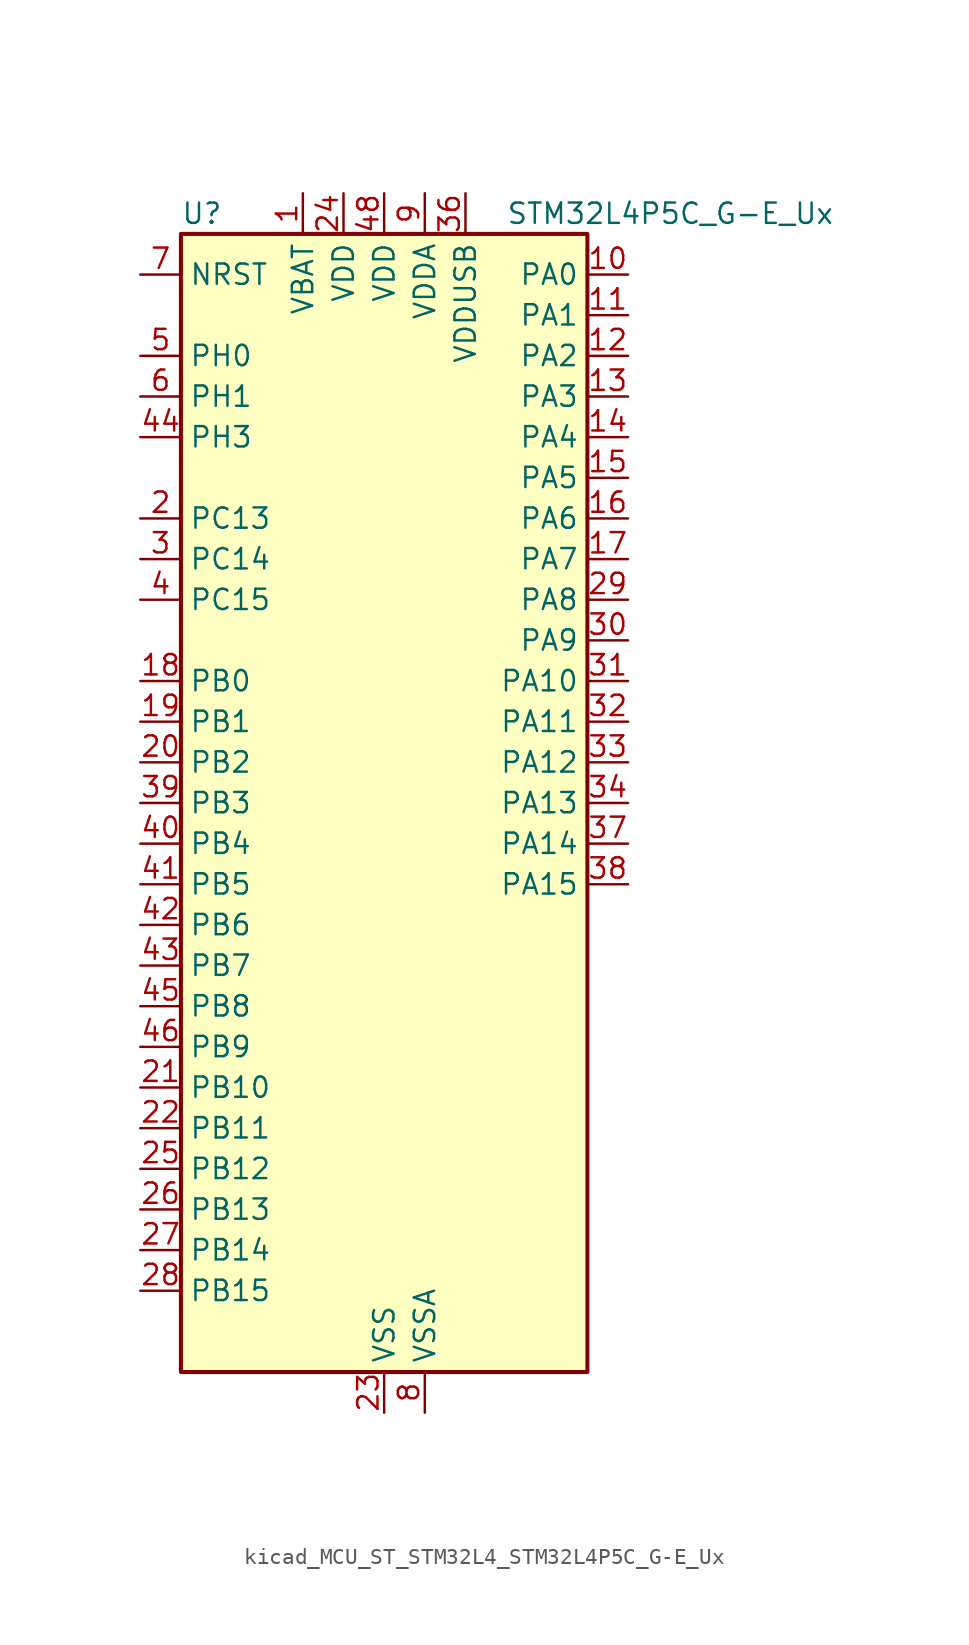
<source format=kicad_sym>
(kicad_symbol_lib
  (version 20220914)
  (generator kicad_symbol_editor)
  (symbol "kicad_MCU_ST_STM32L4_STM32L4P5C_G-E_Ux"
    (property "Reference" "U"
      (at -12.7 36.83 0)
      (effects (font (size 1.27 1.27)) (justify left)))
    (property "Value" "STM32L4P5C_G-E_Ux"
      (at 7.62 36.83 0)
      (effects (font (size 1.27 1.27)) (justify left)))
    (property "ki_locked" ""
      (at 0 0 0)
      (effects (font (size 1.27 1.27))))
    (symbol "kicad_MCU_ST_STM32L4_STM32L4P5C_G-E_Ux_0_1"
      (rectangle (start -12.7 -35.56) (end 12.7 35.56) (stroke (width 0.254) (type default)) (fill (type background))))
    (symbol "kicad_MCU_ST_STM32L4_STM32L4P5C_G-E_Ux_1_1"
      (pin power_in line (at -5.08 38.1 270) (length 2.54) (name "VBAT" (effects (font (size 1.27 1.27)))) (number "1" (effects (font (size 1.27 1.27)))))
      (pin bidirectional line (at 15.24 33.02 180) (length 2.54) (name "PA0" (effects (font (size 1.27 1.27)))) (number "10" (effects (font (size 1.27 1.27)))) (alternate "ADC1_IN5" bidirectional line) (alternate "ADC2_IN5" bidirectional line) (alternate "OPAMP1_VINP" bidirectional line) (alternate "RTC_TAMP2" bidirectional line) (alternate "SAI1_EXTCLK" bidirectional line) (alternate "SYS_WKUP1" bidirectional line) (alternate "TIM2_CH1" bidirectional line) (alternate "TIM2_ETR" bidirectional line) (alternate "TIM5_CH1" bidirectional line) (alternate "TIM8_ETR" bidirectional line) (alternate "UART4_TX" bidirectional line) (alternate "USART2_CTS" bidirectional line) (alternate "USART2_NSS" bidirectional line))
      (pin bidirectional line (at 15.24 30.48 180) (length 2.54) (name "PA1" (effects (font (size 1.27 1.27)))) (number "11" (effects (font (size 1.27 1.27)))) (alternate "ADC1_IN6" bidirectional line) (alternate "ADC2_IN6" bidirectional line) (alternate "I2C1_SMBA" bidirectional line) (alternate "OCTOSPIM_P1_DQS" bidirectional line) (alternate "OPAMP1_VINM" bidirectional line) (alternate "SDMMC2_CMD" bidirectional line) (alternate "SPI1_SCK" bidirectional line) (alternate "TIM15_CH1N" bidirectional line) (alternate "TIM2_CH2" bidirectional line) (alternate "TIM5_CH2" bidirectional line) (alternate "UART4_RX" bidirectional line) (alternate "USART2_DE" bidirectional line) (alternate "USART2_RTS" bidirectional line))
      (pin bidirectional line (at 15.24 27.94 180) (length 2.54) (name "PA2" (effects (font (size 1.27 1.27)))) (number "12" (effects (font (size 1.27 1.27)))) (alternate "ADC1_IN7" bidirectional line) (alternate "ADC2_IN7" bidirectional line) (alternate "LPUART1_TX" bidirectional line) (alternate "OCTOSPIM_P1_NCS" bidirectional line) (alternate "RCC_LSCO" bidirectional line) (alternate "SAI2_EXTCLK" bidirectional line) (alternate "SYS_WKUP4" bidirectional line) (alternate "TIM15_CH1" bidirectional line) (alternate "TIM2_CH3" bidirectional line) (alternate "TIM5_CH3" bidirectional line) (alternate "USART2_TX" bidirectional line))
      (pin bidirectional line (at 15.24 25.4 180) (length 2.54) (name "PA3" (effects (font (size 1.27 1.27)))) (number "13" (effects (font (size 1.27 1.27)))) (alternate "ADC1_IN8" bidirectional line) (alternate "ADC2_IN8" bidirectional line) (alternate "LPUART1_RX" bidirectional line) (alternate "OCTOSPIM_P1_CLK" bidirectional line) (alternate "OPAMP1_VOUT" bidirectional line) (alternate "SAI1_CK1" bidirectional line) (alternate "SAI1_MCLK_A" bidirectional line) (alternate "TIM15_CH2" bidirectional line) (alternate "TIM2_CH4" bidirectional line) (alternate "TIM5_CH4" bidirectional line) (alternate "USART2_RX" bidirectional line))
      (pin bidirectional line (at 15.24 22.86 180) (length 2.54) (name "PA4" (effects (font (size 1.27 1.27)))) (number "14" (effects (font (size 1.27 1.27)))) (alternate "ADC1_IN9" bidirectional line) (alternate "ADC2_IN9" bidirectional line) (alternate "DAC1_OUT1" bidirectional line) (alternate "LPTIM2_OUT" bidirectional line) (alternate "LTDC_CLK" bidirectional line) (alternate "OCTOSPIM_P1_NCS" bidirectional line) (alternate "SAI1_FS_B" bidirectional line) (alternate "SPI1_NSS" bidirectional line) (alternate "SPI3_NSS" bidirectional line) (alternate "USART2_CK" bidirectional line))
      (pin bidirectional line (at 15.24 20.32 180) (length 2.54) (name "PA5" (effects (font (size 1.27 1.27)))) (number "15" (effects (font (size 1.27 1.27)))) (alternate "ADC1_IN10" bidirectional line) (alternate "ADC2_IN10" bidirectional line) (alternate "DAC1_OUT2" bidirectional line) (alternate "LPTIM2_ETR" bidirectional line) (alternate "LTDC_R7" bidirectional line) (alternate "SPI1_SCK" bidirectional line) (alternate "TIM2_CH1" bidirectional line) (alternate "TIM2_ETR" bidirectional line) (alternate "TIM8_CH1N" bidirectional line))
      (pin bidirectional line (at 15.24 17.78 180) (length 2.54) (name "PA6" (effects (font (size 1.27 1.27)))) (number "16" (effects (font (size 1.27 1.27)))) (alternate "ADC1_IN11" bidirectional line) (alternate "ADC2_IN11" bidirectional line) (alternate "LPUART1_CTS" bidirectional line) (alternate "OCTOSPIM_P1_IO3" bidirectional line) (alternate "OPAMP2_VINP" bidirectional line) (alternate "SPI1_MISO" bidirectional line) (alternate "TIM16_CH1" bidirectional line) (alternate "TIM1_BKIN" bidirectional line) (alternate "TIM3_CH1" bidirectional line) (alternate "TIM8_BKIN" bidirectional line) (alternate "USART3_CTS" bidirectional line) (alternate "USART3_NSS" bidirectional line))
      (pin bidirectional line (at 15.24 15.24 180) (length 2.54) (name "PA7" (effects (font (size 1.27 1.27)))) (number "17" (effects (font (size 1.27 1.27)))) (alternate "ADC1_IN12" bidirectional line) (alternate "ADC2_IN12" bidirectional line) (alternate "I2C3_SCL" bidirectional line) (alternate "OCTOSPIM_P1_IO2" bidirectional line) (alternate "OPAMP2_VINM" bidirectional line) (alternate "SPI1_MOSI" bidirectional line) (alternate "TIM17_CH1" bidirectional line) (alternate "TIM1_CH1N" bidirectional line) (alternate "TIM3_CH2" bidirectional line) (alternate "TIM8_CH1N" bidirectional line))
      (pin bidirectional line (at -15.24 7.62 0) (length 2.54) (name "PB0" (effects (font (size 1.27 1.27)))) (number "18" (effects (font (size 1.27 1.27)))) (alternate "ADC1_IN15" bidirectional line) (alternate "ADC2_IN15" bidirectional line) (alternate "COMP1_OUT" bidirectional line) (alternate "LTDC_B6" bidirectional line) (alternate "OCTOSPIM_P1_IO1" bidirectional line) (alternate "OPAMP2_VOUT" bidirectional line) (alternate "SAI1_EXTCLK" bidirectional line) (alternate "SPI1_NSS" bidirectional line) (alternate "TIM1_CH2N" bidirectional line) (alternate "TIM3_CH3" bidirectional line) (alternate "TIM8_CH2N" bidirectional line) (alternate "USART3_CK" bidirectional line))
      (pin bidirectional line (at -15.24 5.08 0) (length 2.54) (name "PB1" (effects (font (size 1.27 1.27)))) (number "19" (effects (font (size 1.27 1.27)))) (alternate "ADC1_IN16" bidirectional line) (alternate "ADC2_IN16" bidirectional line) (alternate "COMP1_INM" bidirectional line) (alternate "DFSDM1_DATIN0" bidirectional line) (alternate "LPTIM2_IN1" bidirectional line) (alternate "LPUART1_DE" bidirectional line) (alternate "LPUART1_RTS" bidirectional line) (alternate "LTDC_G6" bidirectional line) (alternate "OCTOSPIM_P1_IO0" bidirectional line) (alternate "TIM1_CH3N" bidirectional line) (alternate "TIM3_CH4" bidirectional line) (alternate "TIM8_CH3N" bidirectional line) (alternate "USART3_DE" bidirectional line) (alternate "USART3_RTS" bidirectional line))
      (pin bidirectional line (at -15.24 17.78 0) (length 2.54) (name "PC13" (effects (font (size 1.27 1.27)))) (number "2" (effects (font (size 1.27 1.27)))) (alternate "RTC_OUT1" bidirectional line) (alternate "RTC_TAMP1" bidirectional line) (alternate "RTC_TS" bidirectional line) (alternate "SYS_WKUP2" bidirectional line))
      (pin bidirectional line (at -15.24 2.54 0) (length 2.54) (name "PB2" (effects (font (size 1.27 1.27)))) (number "20" (effects (font (size 1.27 1.27)))) (alternate "COMP1_INP" bidirectional line) (alternate "DFSDM1_CKIN0" bidirectional line) (alternate "I2C3_SMBA" bidirectional line) (alternate "LPTIM1_OUT" bidirectional line) (alternate "OCTOSPIM_P1_DQS" bidirectional line) (alternate "RTC_OUT2" bidirectional line))
      (pin bidirectional line (at -15.24 -17.78 0) (length 2.54) (name "PB10" (effects (font (size 1.27 1.27)))) (number "21" (effects (font (size 1.27 1.27)))) (alternate "COMP1_OUT" bidirectional line) (alternate "I2C2_SCL" bidirectional line) (alternate "I2C4_SCL" bidirectional line) (alternate "LPUART1_RX" bidirectional line) (alternate "OCTOSPIM_P1_CLK" bidirectional line) (alternate "OCTOSPIM_P1_IO3" bidirectional line) (alternate "SAI1_SCK_A" bidirectional line) (alternate "SPI2_SCK" bidirectional line) (alternate "TIM2_CH3" bidirectional line) (alternate "TSC_SYNC" bidirectional line) (alternate "USART3_TX" bidirectional line))
      (pin bidirectional line (at -15.24 -20.32 0) (length 2.54) (name "PB11" (effects (font (size 1.27 1.27)))) (number "22" (effects (font (size 1.27 1.27)))) (alternate "ADC1_EXTI11" bidirectional line) (alternate "ADC2_EXTI11" bidirectional line) (alternate "COMP2_OUT" bidirectional line) (alternate "I2C2_SDA" bidirectional line) (alternate "I2C4_SDA" bidirectional line) (alternate "LPUART1_TX" bidirectional line) (alternate "LTDC_VSYNC" bidirectional line) (alternate "OCTOSPIM_P1_NCS" bidirectional line) (alternate "TIM2_CH4" bidirectional line) (alternate "USART3_RX" bidirectional line))
      (pin power_in line (at 0 -38.1 90) (length 2.54) (name "VSS" (effects (font (size 1.27 1.27)))) (number "23" (effects (font (size 1.27 1.27)))))
      (pin power_in line (at -2.54 38.1 270) (length 2.54) (name "VDD" (effects (font (size 1.27 1.27)))) (number "24" (effects (font (size 1.27 1.27)))))
      (pin bidirectional line (at -15.24 -22.86 0) (length 2.54) (name "PB12" (effects (font (size 1.27 1.27)))) (number "25" (effects (font (size 1.27 1.27)))) (alternate "DFSDM1_DATIN1" bidirectional line) (alternate "I2C2_SMBA" bidirectional line) (alternate "LPUART1_DE" bidirectional line) (alternate "LPUART1_RTS" bidirectional line) (alternate "OCTOSPIM_P1_NCLK" bidirectional line) (alternate "SAI2_FS_A" bidirectional line) (alternate "SDMMC2_CK" bidirectional line) (alternate "SPI2_NSS" bidirectional line) (alternate "TIM15_BKIN" bidirectional line) (alternate "TIM1_BKIN" bidirectional line) (alternate "TSC_G1_IO1" bidirectional line) (alternate "USART3_CK" bidirectional line))
      (pin bidirectional line (at -15.24 -25.4 0) (length 2.54) (name "PB13" (effects (font (size 1.27 1.27)))) (number "26" (effects (font (size 1.27 1.27)))) (alternate "DFSDM1_CKIN1" bidirectional line) (alternate "I2C2_SCL" bidirectional line) (alternate "LPUART1_CTS" bidirectional line) (alternate "OCTOSPIM_P1_IO1" bidirectional line) (alternate "SAI2_SCK_A" bidirectional line) (alternate "SPI2_SCK" bidirectional line) (alternate "TIM15_CH1N" bidirectional line) (alternate "TIM1_CH1N" bidirectional line) (alternate "TSC_G1_IO2" bidirectional line) (alternate "USART3_CTS" bidirectional line) (alternate "USART3_NSS" bidirectional line))
      (pin bidirectional line (at -15.24 -27.94 0) (length 2.54) (name "PB14" (effects (font (size 1.27 1.27)))) (number "27" (effects (font (size 1.27 1.27)))) (alternate "DFSDM1_DATIN2" bidirectional line) (alternate "I2C2_SDA" bidirectional line) (alternate "OCTOSPIM_P1_IO6" bidirectional line) (alternate "SAI2_MCLK_A" bidirectional line) (alternate "SDMMC2_D0" bidirectional line) (alternate "SPI2_MISO" bidirectional line) (alternate "TIM15_CH1" bidirectional line) (alternate "TIM1_CH2N" bidirectional line) (alternate "TIM8_CH2N" bidirectional line) (alternate "TSC_G1_IO3" bidirectional line) (alternate "USART3_DE" bidirectional line) (alternate "USART3_RTS" bidirectional line))
      (pin bidirectional line (at -15.24 -30.48 0) (length 2.54) (name "PB15" (effects (font (size 1.27 1.27)))) (number "28" (effects (font (size 1.27 1.27)))) (alternate "ADC1_EXTI15" bidirectional line) (alternate "ADC2_EXTI15" bidirectional line) (alternate "DFSDM1_CKIN2" bidirectional line) (alternate "OCTOSPIM_P1_IO7" bidirectional line) (alternate "RTC_REFIN" bidirectional line) (alternate "SAI2_SD_A" bidirectional line) (alternate "SDMMC2_D1" bidirectional line) (alternate "SPI2_MOSI" bidirectional line) (alternate "TIM15_CH2" bidirectional line) (alternate "TIM1_CH3N" bidirectional line) (alternate "TIM8_CH3N" bidirectional line) (alternate "TSC_G1_IO4" bidirectional line))
      (pin bidirectional line (at 15.24 12.7 180) (length 2.54) (name "PA8" (effects (font (size 1.27 1.27)))) (number "29" (effects (font (size 1.27 1.27)))) (alternate "LPTIM2_OUT" bidirectional line) (alternate "LTDC_B7" bidirectional line) (alternate "RCC_MCO" bidirectional line) (alternate "SAI1_CK2" bidirectional line) (alternate "SAI1_SCK_A" bidirectional line) (alternate "TIM1_CH1" bidirectional line) (alternate "USART1_CK" bidirectional line) (alternate "USB_OTG_FS_SOF" bidirectional line))
      (pin bidirectional line (at -15.24 15.24 0) (length 2.54) (name "PC14" (effects (font (size 1.27 1.27)))) (number "3" (effects (font (size 1.27 1.27)))) (alternate "RCC_OSC32_IN" bidirectional line))
      (pin bidirectional line (at 15.24 10.16 180) (length 2.54) (name "PA9" (effects (font (size 1.27 1.27)))) (number "30" (effects (font (size 1.27 1.27)))) (alternate "DAC1_EXTI9" bidirectional line) (alternate "LTDC_G7" bidirectional line) (alternate "SAI1_FS_A" bidirectional line) (alternate "SPI2_SCK" bidirectional line) (alternate "TIM15_BKIN" bidirectional line) (alternate "TIM1_CH2" bidirectional line) (alternate "USART1_TX" bidirectional line) (alternate "USB_OTG_FS_VBUS" bidirectional line))
      (pin bidirectional line (at 15.24 7.62 180) (length 2.54) (name "PA10" (effects (font (size 1.27 1.27)))) (number "31" (effects (font (size 1.27 1.27)))) (alternate "LTDC_G6" bidirectional line) (alternate "SAI1_D1" bidirectional line) (alternate "SAI1_SD_A" bidirectional line) (alternate "TIM17_BKIN" bidirectional line) (alternate "TIM1_CH3" bidirectional line) (alternate "USART1_RX" bidirectional line) (alternate "USB_OTG_FS_ID" bidirectional line))
      (pin bidirectional line (at 15.24 5.08 180) (length 2.54) (name "PA11" (effects (font (size 1.27 1.27)))) (number "32" (effects (font (size 1.27 1.27)))) (alternate "ADC1_EXTI11" bidirectional line) (alternate "ADC2_EXTI11" bidirectional line) (alternate "CAN1_RX" bidirectional line) (alternate "LTDC_DE" bidirectional line) (alternate "SPI1_MISO" bidirectional line) (alternate "TIM1_BKIN2" bidirectional line) (alternate "TIM1_CH4" bidirectional line) (alternate "USART1_CTS" bidirectional line) (alternate "USART1_NSS" bidirectional line) (alternate "USB_OTG_FS_DM" bidirectional line))
      (pin bidirectional line (at 15.24 2.54 180) (length 2.54) (name "PA12" (effects (font (size 1.27 1.27)))) (number "33" (effects (font (size 1.27 1.27)))) (alternate "CAN1_TX" bidirectional line) (alternate "LTDC_VSYNC" bidirectional line) (alternate "OCTOSPIM_P2_NCS" bidirectional line) (alternate "SPI1_MOSI" bidirectional line) (alternate "TIM1_ETR" bidirectional line) (alternate "USART1_DE" bidirectional line) (alternate "USART1_RTS" bidirectional line) (alternate "USB_OTG_FS_DP" bidirectional line))
      (pin bidirectional line (at 15.24 0 180) (length 2.54) (name "PA13" (effects (font (size 1.27 1.27)))) (number "34" (effects (font (size 1.27 1.27)))) (alternate "IR_OUT" bidirectional line) (alternate "SAI1_SD_B" bidirectional line) (alternate "SYS_JTMS-SWDIO" bidirectional line) (alternate "USB_OTG_FS_NOE" bidirectional line))
      (pin passive line (at 0 -38.1 90) (length 2.54) hide (name "VSS" (effects (font (size 1.27 1.27)))) (number "35" (effects (font (size 1.27 1.27)))))
      (pin power_in line (at 5.08 38.1 270) (length 2.54) (name "VDDUSB" (effects (font (size 1.27 1.27)))) (number "36" (effects (font (size 1.27 1.27)))))
      (pin bidirectional line (at 15.24 -2.54 180) (length 2.54) (name "PA14" (effects (font (size 1.27 1.27)))) (number "37" (effects (font (size 1.27 1.27)))) (alternate "I2C1_SMBA" bidirectional line) (alternate "I2C4_SMBA" bidirectional line) (alternate "LPTIM1_OUT" bidirectional line) (alternate "SAI1_FS_B" bidirectional line) (alternate "SYS_JTCK-SWCLK" bidirectional line) (alternate "USB_OTG_FS_SOF" bidirectional line))
      (pin bidirectional line (at 15.24 -5.08 180) (length 2.54) (name "PA15" (effects (font (size 1.27 1.27)))) (number "38" (effects (font (size 1.27 1.27)))) (alternate "ADC1_EXTI15" bidirectional line) (alternate "ADC2_EXTI15" bidirectional line) (alternate "LTDC_HSYNC" bidirectional line) (alternate "SAI2_FS_B" bidirectional line) (alternate "SPI1_NSS" bidirectional line) (alternate "SPI3_NSS" bidirectional line) (alternate "SYS_JTDI" bidirectional line) (alternate "TIM2_CH1" bidirectional line) (alternate "TIM2_ETR" bidirectional line) (alternate "TSC_G3_IO1" bidirectional line) (alternate "UART4_DE" bidirectional line) (alternate "UART4_RTS" bidirectional line) (alternate "USART2_RX" bidirectional line) (alternate "USART3_DE" bidirectional line) (alternate "USART3_RTS" bidirectional line))
      (pin bidirectional line (at -15.24 0 0) (length 2.54) (name "PB3" (effects (font (size 1.27 1.27)))) (number "39" (effects (font (size 1.27 1.27)))) (alternate "COMP2_INM" bidirectional line) (alternate "CRS_SYNC" bidirectional line) (alternate "OCTOSPIM_P1_IO4" bidirectional line) (alternate "SAI1_SCK_B" bidirectional line) (alternate "SDMMC2_D2" bidirectional line) (alternate "SPI1_SCK" bidirectional line) (alternate "SPI3_SCK" bidirectional line) (alternate "SYS_JTDO-SWO" bidirectional line) (alternate "TIM2_CH2" bidirectional line) (alternate "USART1_DE" bidirectional line) (alternate "USART1_RTS" bidirectional line))
      (pin bidirectional line (at -15.24 12.7 0) (length 2.54) (name "PC15" (effects (font (size 1.27 1.27)))) (number "4" (effects (font (size 1.27 1.27)))) (alternate "ADC1_EXTI15" bidirectional line) (alternate "ADC2_EXTI15" bidirectional line) (alternate "RCC_OSC32_OUT" bidirectional line))
      (pin bidirectional line (at -15.24 -2.54 0) (length 2.54) (name "PB4" (effects (font (size 1.27 1.27)))) (number "40" (effects (font (size 1.27 1.27)))) (alternate "COMP2_INP" bidirectional line) (alternate "I2C3_SDA" bidirectional line) (alternate "OCTOSPIM_P1_IO5" bidirectional line) (alternate "SAI1_MCLK_B" bidirectional line) (alternate "SDMMC2_D3" bidirectional line) (alternate "SPI1_MISO" bidirectional line) (alternate "SPI3_MISO" bidirectional line) (alternate "SYS_JTRST" bidirectional line) (alternate "TIM17_BKIN" bidirectional line) (alternate "TIM3_CH1" bidirectional line) (alternate "TSC_G2_IO1" bidirectional line) (alternate "USART1_CTS" bidirectional line) (alternate "USART1_NSS" bidirectional line))
      (pin bidirectional line (at -15.24 -5.08 0) (length 2.54) (name "PB5" (effects (font (size 1.27 1.27)))) (number "41" (effects (font (size 1.27 1.27)))) (alternate "COMP2_OUT" bidirectional line) (alternate "I2C1_SMBA" bidirectional line) (alternate "LPTIM1_IN1" bidirectional line) (alternate "OCTOSPIM_P1_IO0" bidirectional line) (alternate "SAI1_SD_B" bidirectional line) (alternate "SPI1_MOSI" bidirectional line) (alternate "SPI3_MOSI" bidirectional line) (alternate "TIM16_BKIN" bidirectional line) (alternate "TIM3_CH2" bidirectional line) (alternate "TSC_G2_IO2" bidirectional line) (alternate "USART1_CK" bidirectional line))
      (pin bidirectional line (at -15.24 -7.62 0) (length 2.54) (name "PB6" (effects (font (size 1.27 1.27)))) (number "42" (effects (font (size 1.27 1.27)))) (alternate "COMP2_INP" bidirectional line) (alternate "I2C1_SCL" bidirectional line) (alternate "I2C4_SCL" bidirectional line) (alternate "LPTIM1_ETR" bidirectional line) (alternate "LTDC_R6" bidirectional line) (alternate "SAI1_FS_B" bidirectional line) (alternate "TIM16_CH1N" bidirectional line) (alternate "TIM4_CH1" bidirectional line) (alternate "TIM8_BKIN2" bidirectional line) (alternate "TSC_G2_IO3" bidirectional line) (alternate "USART1_TX" bidirectional line))
      (pin bidirectional line (at -15.24 -10.16 0) (length 2.54) (name "PB7" (effects (font (size 1.27 1.27)))) (number "43" (effects (font (size 1.27 1.27)))) (alternate "COMP2_INM" bidirectional line) (alternate "I2C1_SDA" bidirectional line) (alternate "I2C4_SDA" bidirectional line) (alternate "LPTIM1_IN2" bidirectional line) (alternate "LTDC_VSYNC" bidirectional line) (alternate "SYS_PVD_IN" bidirectional line) (alternate "TIM17_CH1N" bidirectional line) (alternate "TIM4_CH2" bidirectional line) (alternate "TIM8_BKIN" bidirectional line) (alternate "TSC_G2_IO4" bidirectional line) (alternate "UART4_CTS" bidirectional line) (alternate "USART1_RX" bidirectional line))
      (pin bidirectional line (at -15.24 22.86 0) (length 2.54) (name "PH3" (effects (font (size 1.27 1.27)))) (number "44" (effects (font (size 1.27 1.27)))))
      (pin bidirectional line (at -15.24 -12.7 0) (length 2.54) (name "PB8" (effects (font (size 1.27 1.27)))) (number "45" (effects (font (size 1.27 1.27)))) (alternate "CAN1_RX" bidirectional line) (alternate "DFSDM1_CKOUT" bidirectional line) (alternate "I2C1_SCL" bidirectional line) (alternate "LTDC_DE" bidirectional line) (alternate "SAI1_CK1" bidirectional line) (alternate "SAI1_MCLK_A" bidirectional line) (alternate "SDMMC2_D4" bidirectional line) (alternate "TIM16_CH1" bidirectional line) (alternate "TIM4_CH3" bidirectional line))
      (pin bidirectional line (at -15.24 -15.24 0) (length 2.54) (name "PB9" (effects (font (size 1.27 1.27)))) (number "46" (effects (font (size 1.27 1.27)))) (alternate "CAN1_TX" bidirectional line) (alternate "DAC1_EXTI9" bidirectional line) (alternate "I2C1_SDA" bidirectional line) (alternate "IR_OUT" bidirectional line) (alternate "SAI1_D2" bidirectional line) (alternate "SAI1_FS_A" bidirectional line) (alternate "SDMMC2_D5" bidirectional line) (alternate "SPI2_NSS" bidirectional line) (alternate "TIM17_CH1" bidirectional line) (alternate "TIM4_CH4" bidirectional line))
      (pin passive line (at 0 -38.1 90) (length 2.54) hide (name "VSS" (effects (font (size 1.27 1.27)))) (number "47" (effects (font (size 1.27 1.27)))))
      (pin power_in line (at 0 38.1 270) (length 2.54) (name "VDD" (effects (font (size 1.27 1.27)))) (number "48" (effects (font (size 1.27 1.27)))))
      (pin passive line (at 0 -38.1 90) (length 2.54) hide (name "VSS" (effects (font (size 1.27 1.27)))) (number "49" (effects (font (size 1.27 1.27)))))
      (pin bidirectional line (at -15.24 27.94 0) (length 2.54) (name "PH0" (effects (font (size 1.27 1.27)))) (number "5" (effects (font (size 1.27 1.27)))) (alternate "RCC_OSC_IN" bidirectional line))
      (pin bidirectional line (at -15.24 25.4 0) (length 2.54) (name "PH1" (effects (font (size 1.27 1.27)))) (number "6" (effects (font (size 1.27 1.27)))) (alternate "RCC_OSC_OUT" bidirectional line))
      (pin input line (at -15.24 33.02 0) (length 2.54) (name "NRST" (effects (font (size 1.27 1.27)))) (number "7" (effects (font (size 1.27 1.27)))))
      (pin power_in line (at 2.54 -38.1 90) (length 2.54) (name "VSSA" (effects (font (size 1.27 1.27)))) (number "8" (effects (font (size 1.27 1.27)))))
      (pin power_in line (at 2.54 38.1 270) (length 2.54) (name "VDDA" (effects (font (size 1.27 1.27)))) (number "9" (effects (font (size 1.27 1.27))))))))
</source>
